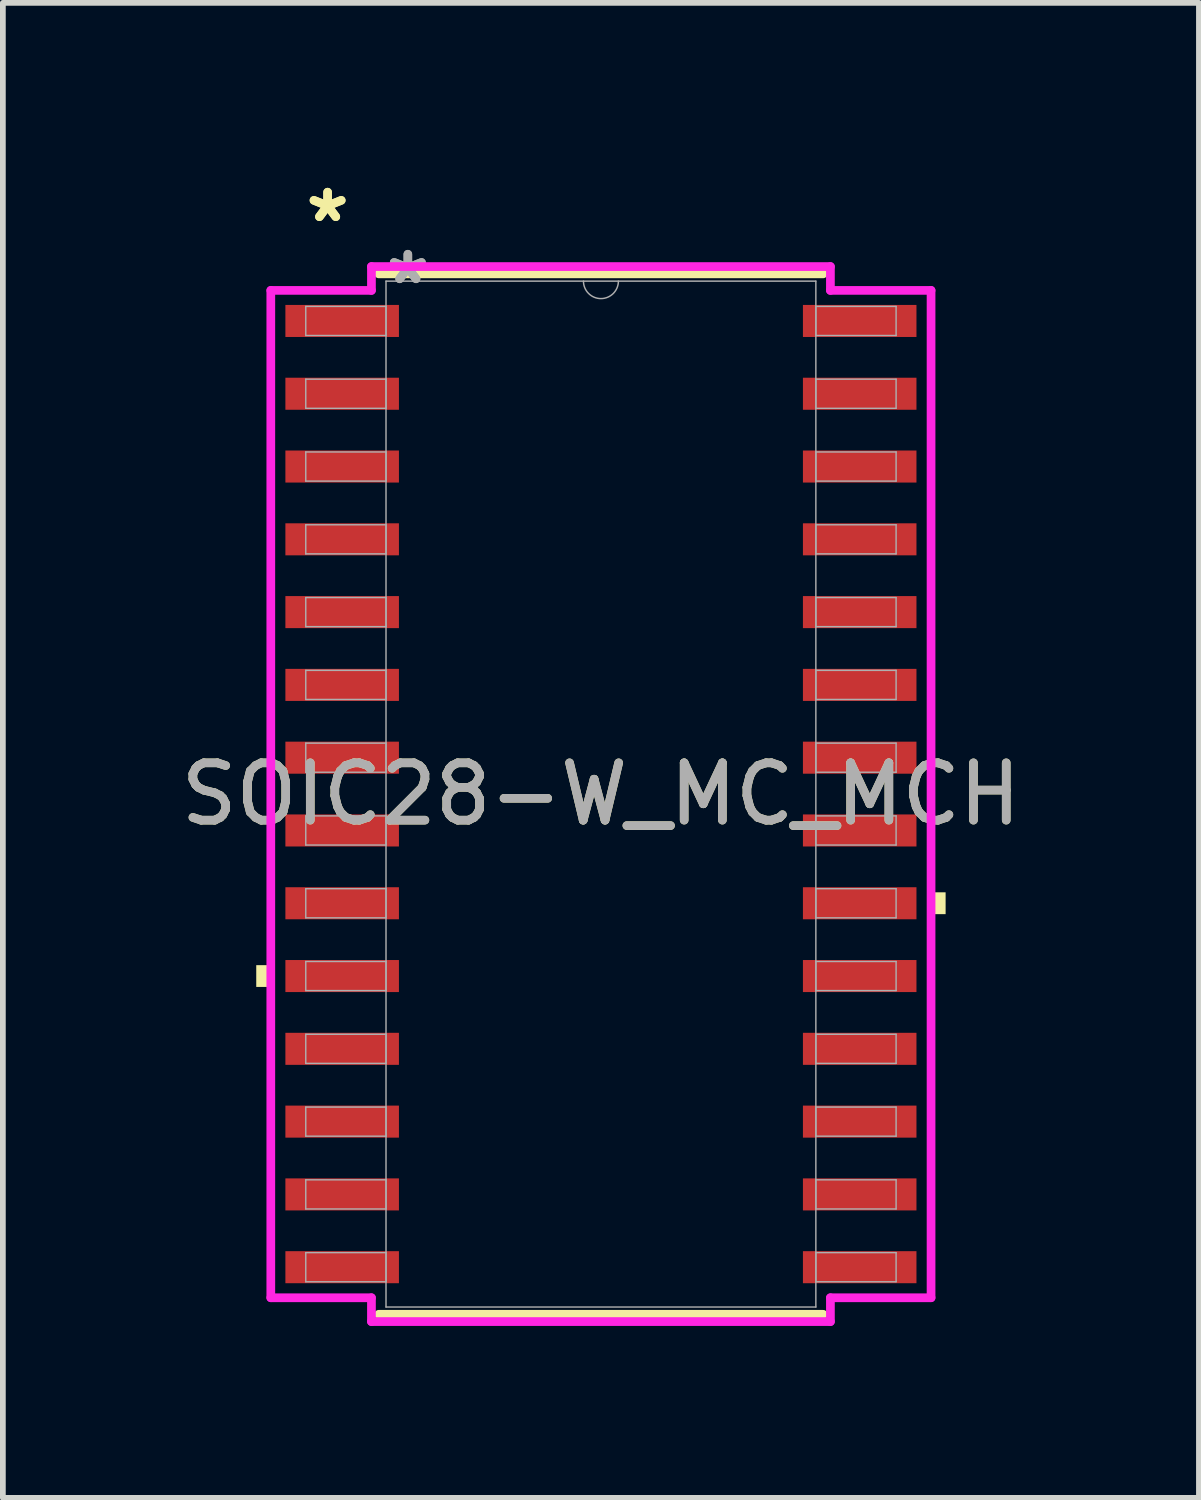
<source format=kicad_pcb>
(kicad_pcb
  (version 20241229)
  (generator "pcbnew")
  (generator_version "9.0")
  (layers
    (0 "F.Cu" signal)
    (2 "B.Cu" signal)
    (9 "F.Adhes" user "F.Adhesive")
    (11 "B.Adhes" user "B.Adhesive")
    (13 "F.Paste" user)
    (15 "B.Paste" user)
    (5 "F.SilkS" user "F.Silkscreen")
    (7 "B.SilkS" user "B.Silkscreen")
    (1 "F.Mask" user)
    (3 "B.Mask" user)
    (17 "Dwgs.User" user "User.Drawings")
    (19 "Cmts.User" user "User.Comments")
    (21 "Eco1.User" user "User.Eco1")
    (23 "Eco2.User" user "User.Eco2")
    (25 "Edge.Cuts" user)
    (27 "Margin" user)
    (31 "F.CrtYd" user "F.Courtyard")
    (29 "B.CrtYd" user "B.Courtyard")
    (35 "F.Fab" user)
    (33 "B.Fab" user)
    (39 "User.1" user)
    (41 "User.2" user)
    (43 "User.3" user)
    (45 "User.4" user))
  (footprint "SOIC28-W_MC_MCH"
    (layer "F.Cu")
    (at 7.435 10.805)
    (property "Reference" "SOIC28-W_MC_MCH" (at 0 0 0) (unlocked yes) (layer "F.SilkS") (effects (font (size 1 1) (thickness 0.15))))
    (attr smd)
    (fp_line (start -3.877 9.077) (end 3.877 9.077) (stroke (width 0.152) (type solid)) (layer "F.SilkS"))
    (fp_line (start 3.877 -9.077) (end -3.877 -9.077) (stroke (width 0.152) (type solid)) (layer "F.SilkS"))
    (fp_poly (pts (xy -6.014 2.985) (xy -6.014 3.365) (xy -5.76 3.365) (xy -5.76 2.985)) (stroke (width 0) (type solid)) (fill yes) (layer "F.SilkS"))
    (fp_poly (pts (xy 6.014 1.714) (xy 6.014 2.095) (xy 5.76 2.095) (xy 5.76 1.714)) (stroke (width 0) (type solid)) (fill yes) (layer "F.SilkS"))
    (fp_line (start -5.76 -8.788) (end -4.004 -8.788) (stroke (width 0.152) (type solid)) (layer "F.CrtYd"))
    (fp_line (start -5.76 8.788) (end -5.76 -8.788) (stroke (width 0.152) (type solid)) (layer "F.CrtYd"))
    (fp_line (start -5.76 8.788) (end -4.004 8.788) (stroke (width 0.152) (type solid)) (layer "F.CrtYd"))
    (fp_line (start -4.004 -9.204) (end 4.004 -9.204) (stroke (width 0.152) (type solid)) (layer "F.CrtYd"))
    (fp_line (start -4.004 -8.788) (end -4.004 -9.204) (stroke (width 0.152) (type solid)) (layer "F.CrtYd"))
    (fp_line (start -4.004 9.204) (end -4.004 8.788) (stroke (width 0.152) (type solid)) (layer "F.CrtYd"))
    (fp_line (start 4.004 -9.204) (end 4.004 -8.788) (stroke (width 0.152) (type solid)) (layer "F.CrtYd"))
    (fp_line (start 4.004 8.788) (end 4.004 9.204) (stroke (width 0.152) (type solid)) (layer "F.CrtYd"))
    (fp_line (start 4.004 9.204) (end -4.004 9.204) (stroke (width 0.152) (type solid)) (layer "F.CrtYd"))
    (fp_line (start 5.76 -8.788) (end 4.004 -8.788) (stroke (width 0.152) (type solid)) (layer "F.CrtYd"))
    (fp_line (start 5.76 -8.788) (end 5.76 8.788) (stroke (width 0.152) (type solid)) (layer "F.CrtYd"))
    (fp_line (start 5.76 8.788) (end 4.004 8.788) (stroke (width 0.152) (type solid)) (layer "F.CrtYd"))
    (fp_line (start -5.15 -8.509) (end -5.15 -8.001) (stroke (width 0.025) (type solid)) (layer "F.Fab"))
    (fp_line (start -5.15 -8.001) (end -3.75 -8.001) (stroke (width 0.025) (type solid)) (layer "F.Fab"))
    (fp_line (start -5.15 -7.239) (end -5.15 -6.731) (stroke (width 0.025) (type solid)) (layer "F.Fab"))
    (fp_line (start -5.15 -6.731) (end -3.75 -6.731) (stroke (width 0.025) (type solid)) (layer "F.Fab"))
    (fp_line (start -5.15 -5.969) (end -5.15 -5.461) (stroke (width 0.025) (type solid)) (layer "F.Fab"))
    (fp_line (start -5.15 -5.461) (end -3.75 -5.461) (stroke (width 0.025) (type solid)) (layer "F.Fab"))
    (fp_line (start -5.15 -4.699) (end -5.15 -4.191) (stroke (width 0.025) (type solid)) (layer "F.Fab"))
    (fp_line (start -5.15 -4.191) (end -3.75 -4.191) (stroke (width 0.025) (type solid)) (layer "F.Fab"))
    (fp_line (start -5.15 -3.429) (end -5.15 -2.921) (stroke (width 0.025) (type solid)) (layer "F.Fab"))
    (fp_line (start -5.15 -2.921) (end -3.75 -2.921) (stroke (width 0.025) (type solid)) (layer "F.Fab"))
    (fp_line (start -5.15 -2.159) (end -5.15 -1.651) (stroke (width 0.025) (type solid)) (layer "F.Fab"))
    (fp_line (start -5.15 -1.651) (end -3.75 -1.651) (stroke (width 0.025) (type solid)) (layer "F.Fab"))
    (fp_line (start -5.15 -0.889) (end -5.15 -0.381) (stroke (width 0.025) (type solid)) (layer "F.Fab"))
    (fp_line (start -5.15 -0.381) (end -3.75 -0.381) (stroke (width 0.025) (type solid)) (layer "F.Fab"))
    (fp_line (start -5.15 0.381) (end -5.15 0.889) (stroke (width 0.025) (type solid)) (layer "F.Fab"))
    (fp_line (start -5.15 0.889) (end -3.75 0.889) (stroke (width 0.025) (type solid)) (layer "F.Fab"))
    (fp_line (start -5.15 1.651) (end -5.15 2.159) (stroke (width 0.025) (type solid)) (layer "F.Fab"))
    (fp_line (start -5.15 2.159) (end -3.75 2.159) (stroke (width 0.025) (type solid)) (layer "F.Fab"))
    (fp_line (start -5.15 2.921) (end -5.15 3.429) (stroke (width 0.025) (type solid)) (layer "F.Fab"))
    (fp_line (start -5.15 3.429) (end -3.75 3.429) (stroke (width 0.025) (type solid)) (layer "F.Fab"))
    (fp_line (start -5.15 4.191) (end -5.15 4.699) (stroke (width 0.025) (type solid)) (layer "F.Fab"))
    (fp_line (start -5.15 4.699) (end -3.75 4.699) (stroke (width 0.025) (type solid)) (layer "F.Fab"))
    (fp_line (start -5.15 5.461) (end -5.15 5.969) (stroke (width 0.025) (type solid)) (layer "F.Fab"))
    (fp_line (start -5.15 5.969) (end -3.75 5.969) (stroke (width 0.025) (type solid)) (layer "F.Fab"))
    (fp_line (start -5.15 6.731) (end -5.15 7.239) (stroke (width 0.025) (type solid)) (layer "F.Fab"))
    (fp_line (start -5.15 7.239) (end -3.75 7.239) (stroke (width 0.025) (type solid)) (layer "F.Fab"))
    (fp_line (start -5.15 8.001) (end -5.15 8.509) (stroke (width 0.025) (type solid)) (layer "F.Fab"))
    (fp_line (start -5.15 8.509) (end -3.75 8.509) (stroke (width 0.025) (type solid)) (layer "F.Fab"))
    (fp_line (start -3.75 -8.95) (end -3.75 8.95) (stroke (width 0.025) (type solid)) (layer "F.Fab"))
    (fp_line (start -3.75 -8.509) (end -5.15 -8.509) (stroke (width 0.025) (type solid)) (layer "F.Fab"))
    (fp_line (start -3.75 -8.001) (end -3.75 -8.509) (stroke (width 0.025) (type solid)) (layer "F.Fab"))
    (fp_line (start -3.75 -7.239) (end -5.15 -7.239) (stroke (width 0.025) (type solid)) (layer "F.Fab"))
    (fp_line (start -3.75 -6.731) (end -3.75 -7.239) (stroke (width 0.025) (type solid)) (layer "F.Fab"))
    (fp_line (start -3.75 -5.969) (end -5.15 -5.969) (stroke (width 0.025) (type solid)) (layer "F.Fab"))
    (fp_line (start -3.75 -5.461) (end -3.75 -5.969) (stroke (width 0.025) (type solid)) (layer "F.Fab"))
    (fp_line (start -3.75 -4.699) (end -5.15 -4.699) (stroke (width 0.025) (type solid)) (layer "F.Fab"))
    (fp_line (start -3.75 -4.191) (end -3.75 -4.699) (stroke (width 0.025) (type solid)) (layer "F.Fab"))
    (fp_line (start -3.75 -3.429) (end -5.15 -3.429) (stroke (width 0.025) (type solid)) (layer "F.Fab"))
    (fp_line (start -3.75 -2.921) (end -3.75 -3.429) (stroke (width 0.025) (type solid)) (layer "F.Fab"))
    (fp_line (start -3.75 -2.159) (end -5.15 -2.159) (stroke (width 0.025) (type solid)) (layer "F.Fab"))
    (fp_line (start -3.75 -1.651) (end -3.75 -2.159) (stroke (width 0.025) (type solid)) (layer "F.Fab"))
    (fp_line (start -3.75 -0.889) (end -5.15 -0.889) (stroke (width 0.025) (type solid)) (layer "F.Fab"))
    (fp_line (start -3.75 -0.381) (end -3.75 -0.889) (stroke (width 0.025) (type solid)) (layer "F.Fab"))
    (fp_line (start -3.75 0.381) (end -5.15 0.381) (stroke (width 0.025) (type solid)) (layer "F.Fab"))
    (fp_line (start -3.75 0.889) (end -3.75 0.381) (stroke (width 0.025) (type solid)) (layer "F.Fab"))
    (fp_line (start -3.75 1.651) (end -5.15 1.651) (stroke (width 0.025) (type solid)) (layer "F.Fab"))
    (fp_line (start -3.75 2.159) (end -3.75 1.651) (stroke (width 0.025) (type solid)) (layer "F.Fab"))
    (fp_line (start -3.75 2.921) (end -5.15 2.921) (stroke (width 0.025) (type solid)) (layer "F.Fab"))
    (fp_line (start -3.75 3.429) (end -3.75 2.921) (stroke (width 0.025) (type solid)) (layer "F.Fab"))
    (fp_line (start -3.75 4.191) (end -5.15 4.191) (stroke (width 0.025) (type solid)) (layer "F.Fab"))
    (fp_line (start -3.75 4.699) (end -3.75 4.191) (stroke (width 0.025) (type solid)) (layer "F.Fab"))
    (fp_line (start -3.75 5.461) (end -5.15 5.461) (stroke (width 0.025) (type solid)) (layer "F.Fab"))
    (fp_line (start -3.75 5.969) (end -3.75 5.461) (stroke (width 0.025) (type solid)) (layer "F.Fab"))
    (fp_line (start -3.75 6.731) (end -5.15 6.731) (stroke (width 0.025) (type solid)) (layer "F.Fab"))
    (fp_line (start -3.75 7.239) (end -3.75 6.731) (stroke (width 0.025) (type solid)) (layer "F.Fab"))
    (fp_line (start -3.75 8.001) (end -5.15 8.001) (stroke (width 0.025) (type solid)) (layer "F.Fab"))
    (fp_line (start -3.75 8.509) (end -3.75 8.001) (stroke (width 0.025) (type solid)) (layer "F.Fab"))
    (fp_line (start -3.75 8.95) (end 3.75 8.95) (stroke (width 0.025) (type solid)) (layer "F.Fab"))
    (fp_line (start 3.75 -8.95) (end -3.75 -8.95) (stroke (width 0.025) (type solid)) (layer "F.Fab"))
    (fp_line (start 3.75 -8.509) (end 3.75 -8.001) (stroke (width 0.025) (type solid)) (layer "F.Fab"))
    (fp_line (start 3.75 -8.001) (end 5.15 -8.001) (stroke (width 0.025) (type solid)) (layer "F.Fab"))
    (fp_line (start 3.75 -7.239) (end 3.75 -6.731) (stroke (width 0.025) (type solid)) (layer "F.Fab"))
    (fp_line (start 3.75 -6.731) (end 5.15 -6.731) (stroke (width 0.025) (type solid)) (layer "F.Fab"))
    (fp_line (start 3.75 -5.969) (end 3.75 -5.461) (stroke (width 0.025) (type solid)) (layer "F.Fab"))
    (fp_line (start 3.75 -5.461) (end 5.15 -5.461) (stroke (width 0.025) (type solid)) (layer "F.Fab"))
    (fp_line (start 3.75 -4.699) (end 3.75 -4.191) (stroke (width 0.025) (type solid)) (layer "F.Fab"))
    (fp_line (start 3.75 -4.191) (end 5.15 -4.191) (stroke (width 0.025) (type solid)) (layer "F.Fab"))
    (fp_line (start 3.75 -3.429) (end 3.75 -2.921) (stroke (width 0.025) (type solid)) (layer "F.Fab"))
    (fp_line (start 3.75 -2.921) (end 5.15 -2.921) (stroke (width 0.025) (type solid)) (layer "F.Fab"))
    (fp_line (start 3.75 -2.159) (end 3.75 -1.651) (stroke (width 0.025) (type solid)) (layer "F.Fab"))
    (fp_line (start 3.75 -1.651) (end 5.15 -1.651) (stroke (width 0.025) (type solid)) (layer "F.Fab"))
    (fp_line (start 3.75 -0.889) (end 3.75 -0.381) (stroke (width 0.025) (type solid)) (layer "F.Fab"))
    (fp_line (start 3.75 -0.381) (end 5.15 -0.381) (stroke (width 0.025) (type solid)) (layer "F.Fab"))
    (fp_line (start 3.75 0.381) (end 3.75 0.889) (stroke (width 0.025) (type solid)) (layer "F.Fab"))
    (fp_line (start 3.75 0.889) (end 5.15 0.889) (stroke (width 0.025) (type solid)) (layer "F.Fab"))
    (fp_line (start 3.75 1.651) (end 3.75 2.159) (stroke (width 0.025) (type solid)) (layer "F.Fab"))
    (fp_line (start 3.75 2.159) (end 5.15 2.159) (stroke (width 0.025) (type solid)) (layer "F.Fab"))
    (fp_line (start 3.75 2.921) (end 3.75 3.429) (stroke (width 0.025) (type solid)) (layer "F.Fab"))
    (fp_line (start 3.75 3.429) (end 5.15 3.429) (stroke (width 0.025) (type solid)) (layer "F.Fab"))
    (fp_line (start 3.75 4.191) (end 3.75 4.699) (stroke (width 0.025) (type solid)) (layer "F.Fab"))
    (fp_line (start 3.75 4.699) (end 5.15 4.699) (stroke (width 0.025) (type solid)) (layer "F.Fab"))
    (fp_line (start 3.75 5.461) (end 3.75 5.969) (stroke (width 0.025) (type solid)) (layer "F.Fab"))
    (fp_line (start 3.75 5.969) (end 5.15 5.969) (stroke (width 0.025) (type solid)) (layer "F.Fab"))
    (fp_line (start 3.75 6.731) (end 3.75 7.239) (stroke (width 0.025) (type solid)) (layer "F.Fab"))
    (fp_line (start 3.75 7.239) (end 5.15 7.239) (stroke (width 0.025) (type solid)) (layer "F.Fab"))
    (fp_line (start 3.75 8.001) (end 3.75 8.509) (stroke (width 0.025) (type solid)) (layer "F.Fab"))
    (fp_line (start 3.75 8.509) (end 5.15 8.509) (stroke (width 0.025) (type solid)) (layer "F.Fab"))
    (fp_line (start 3.75 8.95) (end 3.75 -8.95) (stroke (width 0.025) (type solid)) (layer "F.Fab"))
    (fp_line (start 5.15 -8.509) (end 3.75 -8.509) (stroke (width 0.025) (type solid)) (layer "F.Fab"))
    (fp_line (start 5.15 -8.001) (end 5.15 -8.509) (stroke (width 0.025) (type solid)) (layer "F.Fab"))
    (fp_line (start 5.15 -7.239) (end 3.75 -7.239) (stroke (width 0.025) (type solid)) (layer "F.Fab"))
    (fp_line (start 5.15 -6.731) (end 5.15 -7.239) (stroke (width 0.025) (type solid)) (layer "F.Fab"))
    (fp_line (start 5.15 -5.969) (end 3.75 -5.969) (stroke (width 0.025) (type solid)) (layer "F.Fab"))
    (fp_line (start 5.15 -5.461) (end 5.15 -5.969) (stroke (width 0.025) (type solid)) (layer "F.Fab"))
    (fp_line (start 5.15 -4.699) (end 3.75 -4.699) (stroke (width 0.025) (type solid)) (layer "F.Fab"))
    (fp_line (start 5.15 -4.191) (end 5.15 -4.699) (stroke (width 0.025) (type solid)) (layer "F.Fab"))
    (fp_line (start 5.15 -3.429) (end 3.75 -3.429) (stroke (width 0.025) (type solid)) (layer "F.Fab"))
    (fp_line (start 5.15 -2.921) (end 5.15 -3.429) (stroke (width 0.025) (type solid)) (layer "F.Fab"))
    (fp_line (start 5.15 -2.159) (end 3.75 -2.159) (stroke (width 0.025) (type solid)) (layer "F.Fab"))
    (fp_line (start 5.15 -1.651) (end 5.15 -2.159) (stroke (width 0.025) (type solid)) (layer "F.Fab"))
    (fp_line (start 5.15 -0.889) (end 3.75 -0.889) (stroke (width 0.025) (type solid)) (layer "F.Fab"))
    (fp_line (start 5.15 -0.381) (end 5.15 -0.889) (stroke (width 0.025) (type solid)) (layer "F.Fab"))
    (fp_line (start 5.15 0.381) (end 3.75 0.381) (stroke (width 0.025) (type solid)) (layer "F.Fab"))
    (fp_line (start 5.15 0.889) (end 5.15 0.381) (stroke (width 0.025) (type solid)) (layer "F.Fab"))
    (fp_line (start 5.15 1.651) (end 3.75 1.651) (stroke (width 0.025) (type solid)) (layer "F.Fab"))
    (fp_line (start 5.15 2.159) (end 5.15 1.651) (stroke (width 0.025) (type solid)) (layer "F.Fab"))
    (fp_line (start 5.15 2.921) (end 3.75 2.921) (stroke (width 0.025) (type solid)) (layer "F.Fab"))
    (fp_line (start 5.15 3.429) (end 5.15 2.921) (stroke (width 0.025) (type solid)) (layer "F.Fab"))
    (fp_line (start 5.15 4.191) (end 3.75 4.191) (stroke (width 0.025) (type solid)) (layer "F.Fab"))
    (fp_line (start 5.15 4.699) (end 5.15 4.191) (stroke (width 0.025) (type solid)) (layer "F.Fab"))
    (fp_line (start 5.15 5.461) (end 3.75 5.461) (stroke (width 0.025) (type solid)) (layer "F.Fab"))
    (fp_line (start 5.15 5.969) (end 5.15 5.461) (stroke (width 0.025) (type solid)) (layer "F.Fab"))
    (fp_line (start 5.15 6.731) (end 3.75 6.731) (stroke (width 0.025) (type solid)) (layer "F.Fab"))
    (fp_line (start 5.15 7.239) (end 5.15 6.731) (stroke (width 0.025) (type solid)) (layer "F.Fab"))
    (fp_line (start 5.15 8.001) (end 3.75 8.001) (stroke (width 0.025) (type solid)) (layer "F.Fab"))
    (fp_line (start 5.15 8.509) (end 5.15 8.001) (stroke (width 0.025) (type solid)) (layer "F.Fab"))
    (fp_arc (start 0.3048 -8.95) (mid 0 -8.6452) (end -0.3048 -8.95) (stroke (width 0.0254) (type solid)) (layer "F.Fab"))
    (fp_text user "*" (at -4.769 -9.957 0) (layer "F.SilkS") (effects (font (size 1 1) (thickness 0.15))))
    (fp_text user "*" (at -4.769 -9.957 0) (unlocked yes) (layer "F.SilkS") (effects (font (size 1 1) (thickness 0.15))))
    (fp_text user "*" (at -3.369 -8.874 0) (layer "F.Fab") (effects (font (size 1 1) (thickness 0.15))))
    (fp_text user "*" (at -3.369 -8.874 0) (unlocked yes) (layer "F.Fab") (effects (font (size 1 1) (thickness 0.15))))
    (fp_text user "${REFERENCE}" (at 0 0 0) (unlocked yes) (layer "F.Fab") (effects (font (size 1 1) (thickness 0.15))))
    (pad "1" smd rect (at -4.515 -8.255) (size 1.981 0.559) (layers "F.Cu" "F.Mask" "F.Paste"))
    (pad "2" smd rect (at -4.515 -6.985) (size 1.981 0.559) (layers "F.Cu" "F.Mask" "F.Paste"))
    (pad "3" smd rect (at -4.515 -5.715) (size 1.981 0.559) (layers "F.Cu" "F.Mask" "F.Paste"))
    (pad "4" smd rect (at -4.515 -4.445) (size 1.981 0.559) (layers "F.Cu" "F.Mask" "F.Paste"))
    (pad "5" smd rect (at -4.515 -3.175) (size 1.981 0.559) (layers "F.Cu" "F.Mask" "F.Paste"))
    (pad "6" smd rect (at -4.515 -1.905) (size 1.981 0.559) (layers "F.Cu" "F.Mask" "F.Paste"))
    (pad "7" smd rect (at -4.515 -0.635) (size 1.981 0.559) (layers "F.Cu" "F.Mask" "F.Paste"))
    (pad "8" smd rect (at -4.515 0.635) (size 1.981 0.559) (layers "F.Cu" "F.Mask" "F.Paste"))
    (pad "9" smd rect (at -4.515 1.905) (size 1.981 0.559) (layers "F.Cu" "F.Mask" "F.Paste"))
    (pad "10" smd rect (at -4.515 3.175) (size 1.981 0.559) (layers "F.Cu" "F.Mask" "F.Paste"))
    (pad "11" smd rect (at -4.515 4.445) (size 1.981 0.559) (layers "F.Cu" "F.Mask" "F.Paste"))
    (pad "12" smd rect (at -4.515 5.715) (size 1.981 0.559) (layers "F.Cu" "F.Mask" "F.Paste"))
    (pad "13" smd rect (at -4.515 6.985) (size 1.981 0.559) (layers "F.Cu" "F.Mask" "F.Paste"))
    (pad "14" smd rect (at -4.515 8.255) (size 1.981 0.559) (layers "F.Cu" "F.Mask" "F.Paste"))
    (pad "15" smd rect (at 4.515 8.255) (size 1.981 0.559) (layers "F.Cu" "F.Mask" "F.Paste"))
    (pad "16" smd rect (at 4.515 6.985) (size 1.981 0.559) (layers "F.Cu" "F.Mask" "F.Paste"))
    (pad "17" smd rect (at 4.515 5.715) (size 1.981 0.559) (layers "F.Cu" "F.Mask" "F.Paste"))
    (pad "18" smd rect (at 4.515 4.445) (size 1.981 0.559) (layers "F.Cu" "F.Mask" "F.Paste"))
    (pad "19" smd rect (at 4.515 3.175) (size 1.981 0.559) (layers "F.Cu" "F.Mask" "F.Paste"))
    (pad "20" smd rect (at 4.515 1.905) (size 1.981 0.559) (layers "F.Cu" "F.Mask" "F.Paste"))
    (pad "21" smd rect (at 4.515 0.635) (size 1.981 0.559) (layers "F.Cu" "F.Mask" "F.Paste"))
    (pad "22" smd rect (at 4.515 -0.635) (size 1.981 0.559) (layers "F.Cu" "F.Mask" "F.Paste"))
    (pad "23" smd rect (at 4.515 -1.905) (size 1.981 0.559) (layers "F.Cu" "F.Mask" "F.Paste"))
    (pad "24" smd rect (at 4.515 -3.175) (size 1.981 0.559) (layers "F.Cu" "F.Mask" "F.Paste"))
    (pad "25" smd rect (at 4.515 -4.445) (size 1.981 0.559) (layers "F.Cu" "F.Mask" "F.Paste"))
    (pad "26" smd rect (at 4.515 -5.715) (size 1.981 0.559) (layers "F.Cu" "F.Mask" "F.Paste"))
    (pad "27" smd rect (at 4.515 -6.985) (size 1.981 0.559) (layers "F.Cu" "F.Mask" "F.Paste"))
    (pad "28" smd rect (at 4.515 -8.255) (size 1.981 0.559) (layers "F.Cu" "F.Mask" "F.Paste")))
  (gr_rect
    (start -3 -3)
    (end 17.869 23.085)
    (stroke (width 0.1) (type default))
    (fill no)
    (layer "Edge.Cuts")))
</source>
